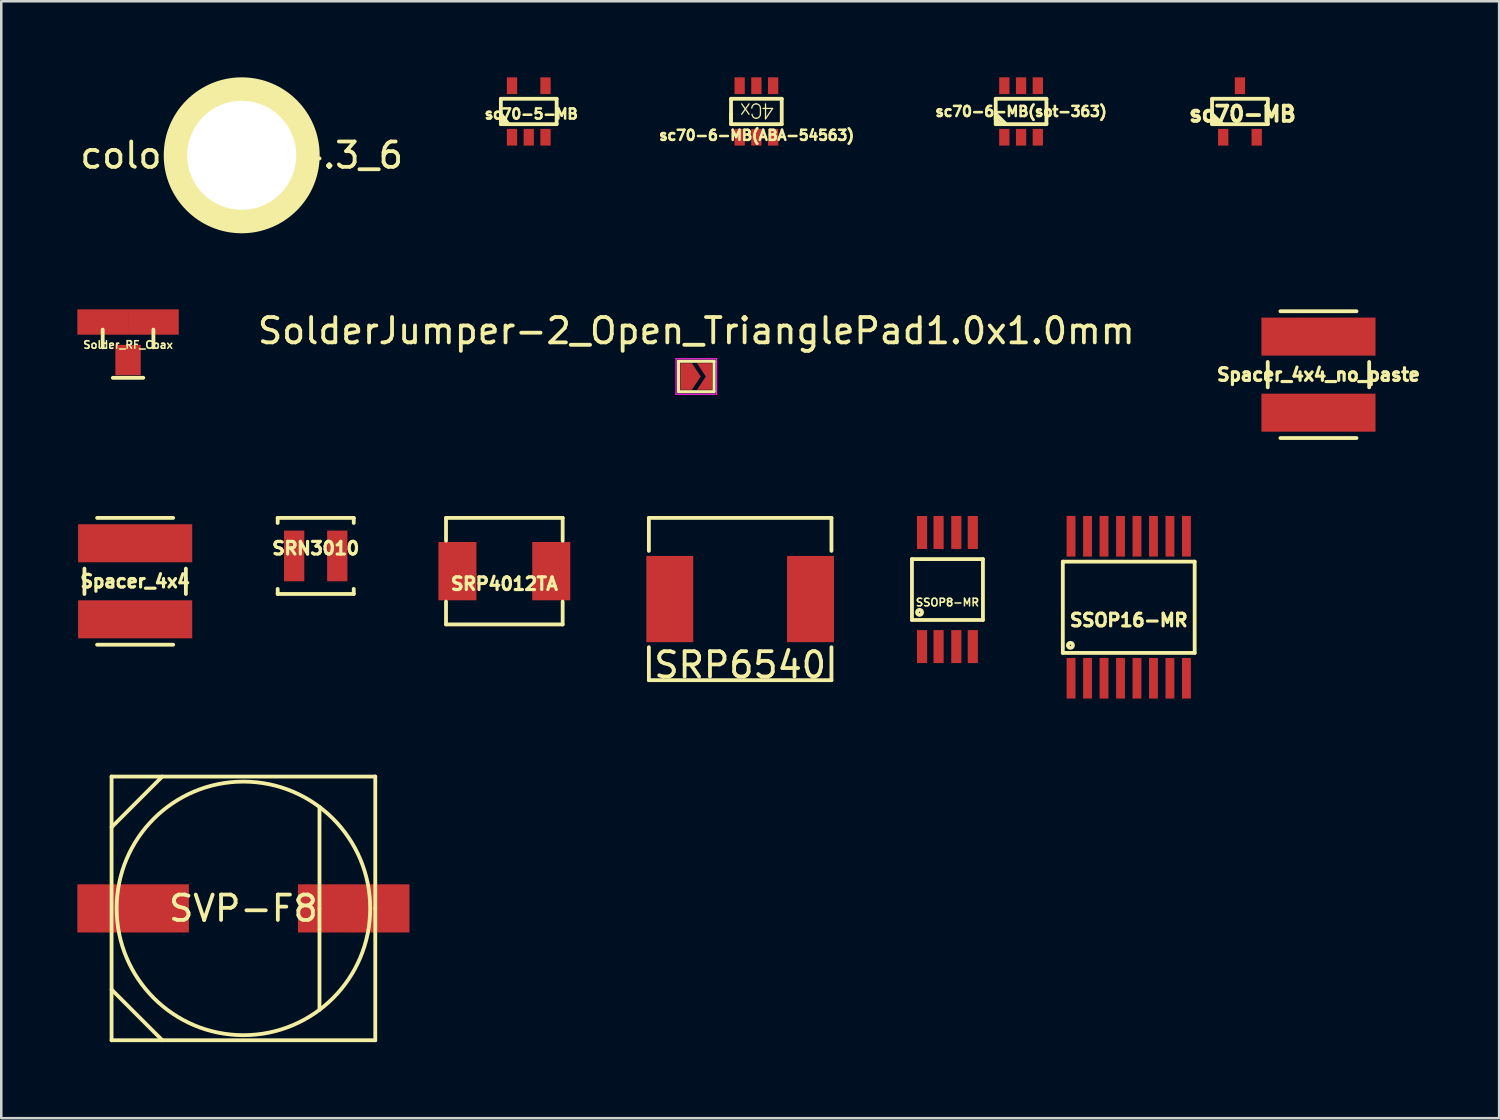
<source format=kicad_pcb>
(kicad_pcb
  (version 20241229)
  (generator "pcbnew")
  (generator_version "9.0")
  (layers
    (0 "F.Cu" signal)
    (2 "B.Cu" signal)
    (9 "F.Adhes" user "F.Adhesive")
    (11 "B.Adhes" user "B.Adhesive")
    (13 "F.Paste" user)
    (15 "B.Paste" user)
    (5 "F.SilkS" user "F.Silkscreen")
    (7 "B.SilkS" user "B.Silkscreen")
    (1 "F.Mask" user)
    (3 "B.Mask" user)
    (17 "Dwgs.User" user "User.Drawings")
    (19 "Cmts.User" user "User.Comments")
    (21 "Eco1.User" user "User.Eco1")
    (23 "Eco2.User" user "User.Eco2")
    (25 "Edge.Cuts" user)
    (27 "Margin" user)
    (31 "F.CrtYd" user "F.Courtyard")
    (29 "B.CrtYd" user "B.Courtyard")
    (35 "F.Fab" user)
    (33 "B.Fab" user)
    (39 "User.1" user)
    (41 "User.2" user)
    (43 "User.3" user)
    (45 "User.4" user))
  (footprint "sc70-5-MB"
    (layer "F.Cu")
    (at 17.803 1.346)
    (property "Reference" "sc70-5-MB" (at 0.1 0.1 0) (layer "F.SilkS") (effects (font (size 0.4 0.4) (thickness 0.1))))
    (attr smd)
    (fp_line (start -1.1 -0.5) (end 1.1 -0.5) (stroke (width 0.15) (type solid)) (layer "F.SilkS"))
    (fp_line (start -1.1 0.1) (end -0.8 0.5) (stroke (width 0.15) (type solid)) (layer "F.SilkS"))
    (fp_line (start -1.1 0.25) (end -0.92 0.5) (stroke (width 0.15) (type solid)) (layer "F.SilkS"))
    (fp_line (start -1.1 0.5) (end -1.1 -0.5) (stroke (width 0.15) (type solid)) (layer "F.SilkS"))
    (fp_line (start 1.1 -0.5) (end 1.1 0.5) (stroke (width 0.15) (type solid)) (layer "F.SilkS"))
    (fp_line (start 1.1 0.5) (end -1.1 0.5) (stroke (width 0.15) (type solid)) (layer "F.SilkS"))
    (pad "1" smd rect (at -0.66 1.016) (size 0.406 0.66) (layers "F.Cu" "F.Mask" "F.Paste"))
    (pad "2" smd rect (at 0 1.016) (size 0.406 0.66) (layers "F.Cu" "F.Mask" "F.Paste"))
    (pad "3" smd rect (at 0.66 1.016) (size 0.406 0.66) (layers "F.Cu" "F.Mask" "F.Paste"))
    (pad "4" smd rect (at 0.66 -1.016) (size 0.406 0.66) (layers "F.Cu" "F.Mask" "F.Paste"))
    (pad "5" smd rect (at -0.66 -1.016) (size 0.406 0.66) (layers "F.Cu" "F.Mask" "F.Paste")))
  (footprint "sc70-6-MB(sot-363)"
    (layer "F.Cu")
    (at 37.219 1.346)
    (property "Reference" "sc70-6-MB(sot-363)" (at 0 0 0) (layer "F.SilkS") (effects (font (size 0.4 0.4) (thickness 0.1))))
    (attr smd)
    (fp_line (start -1 -0.5) (end 1 -0.5) (stroke (width 0.15) (type solid)) (layer "F.SilkS"))
    (fp_line (start -1 0.1) (end -0.6 0.5) (stroke (width 0.15) (type solid)) (layer "F.SilkS"))
    (fp_line (start -1 0.3) (end -1 0.1) (stroke (width 0.15) (type solid)) (layer "F.SilkS"))
    (fp_line (start -1 0.5) (end -1 -0.5) (stroke (width 0.15) (type solid)) (layer "F.SilkS"))
    (fp_line (start -0.8 0.5) (end -1 0.3) (stroke (width 0.15) (type solid)) (layer "F.SilkS"))
    (fp_line (start 1 -0.5) (end 1 0.5) (stroke (width 0.15) (type solid)) (layer "F.SilkS"))
    (fp_line (start 1 0.5) (end -1 0.5) (stroke (width 0.15) (type solid)) (layer "F.SilkS"))
    (pad "1" smd rect (at -0.66 1.016) (size 0.406 0.66) (layers "F.Cu" "F.Mask" "F.Paste"))
    (pad "2" smd rect (at 0 1.016) (size 0.406 0.66) (layers "F.Cu" "F.Mask" "F.Paste"))
    (pad "3" smd rect (at 0.66 1.016) (size 0.406 0.66) (layers "F.Cu" "F.Mask" "F.Paste"))
    (pad "4" smd rect (at 0.66 -1.016) (size 0.406 0.66) (layers "F.Cu" "F.Mask" "F.Paste"))
    (pad "5" smd rect (at 0 -1.016) (size 0.406 0.66) (layers "F.Cu" "F.Mask" "F.Paste"))
    (pad "6" smd rect (at -0.66 -1.016) (size 0.406 0.66) (layers "F.Cu" "F.Mask" "F.Paste")))
  (footprint "colonnette_4.3_6"
    (layer "F.Cu")
    (at 6.482 3.075)
    (property "Reference" "colonnette_4.3_6" (at 0 0 0) (layer "F.SilkS") (effects (font (size 1 1) (thickness 0.15))))
    (attr through_hole)
    (fp_circle (center 0 0) (end 0 3) (stroke (width 0.15) (type solid)) (fill no) (layer "F.SilkS"))
    (pad "1" thru_hole circle (at 0 0) (size 6 6) (drill 4.3) (layers "*.Cu" "*.Mask" "F.SilkS")))
  (footprint "SRP4012TA"
    (layer "F.Cu")
    (at 16.84 19.475)
    (property "Reference" "SRP4012TA" (at 0 0.5 0) (layer "F.SilkS") (effects (font (size 0.5 0.5) (thickness 0.125))))
    (attr through_hole)
    (fp_line (start -2.3 -2.1) (end 2.3 -2.1) (stroke (width 0.15) (type solid)) (layer "F.SilkS"))
    (fp_line (start -2.3 -1.2) (end -2.3 -2.1) (stroke (width 0.15) (type solid)) (layer "F.SilkS"))
    (fp_line (start -2.3 1.2) (end -2.3 2.1) (stroke (width 0.15) (type solid)) (layer "F.SilkS"))
    (fp_line (start -2.3 2.1) (end 2.3 2.1) (stroke (width 0.15) (type solid)) (layer "F.SilkS"))
    (fp_line (start 2.3 -2.1) (end 2.3 -1.2) (stroke (width 0.15) (type solid)) (layer "F.SilkS"))
    (fp_line (start 2.3 2.1) (end 2.3 1.2) (stroke (width 0.15) (type solid)) (layer "F.SilkS"))
    (pad "1" smd rect (at -1.85 0) (size 1.5 2.3) (layers "F.Cu" "F.Mask" "F.Paste"))
    (pad "2" smd rect (at 1.85 0) (size 1.5 2.3) (layers "F.Cu" "F.Mask" "F.Paste")))
  (footprint "Spacer_4x4"
    (layer "F.Cu")
    (at 2.28 19.875)
    (property "Reference" "Spacer_4x4" (at 0 0 0) (layer "F.SilkS") (effects (font (size 0.5 0.5) (thickness 0.125))))
    (attr through_hole)
    (fp_line (start -2 -0.5) (end -2 0.5) (stroke (width 0.15) (type solid)) (layer "F.SilkS"))
    (fp_line (start -1.5 -2.5) (end 1.5 -2.5) (stroke (width 0.15) (type solid)) (layer "F.SilkS"))
    (fp_line (start -1.5 2.5) (end 1.5 2.5) (stroke (width 0.15) (type solid)) (layer "F.SilkS"))
    (fp_line (start 2 -0.5) (end 2 0.5) (stroke (width 0.15) (type solid)) (layer "F.SilkS"))
    (pad "1" smd rect (at 0 -1.5) (size 4.5 1.5) (layers "F.Cu" "F.Mask" "F.Paste"))
    (pad "2" smd rect (at 0 1.5) (size 4.5 1.5) (layers "F.Cu" "F.Mask" "F.Paste")))
  (footprint "sc70-MB"
    (layer "F.Cu")
    (at 45.851 1.346)
    (property "Reference" "sc70-MB" (at 0.1 0.1 0) (layer "F.SilkS") (effects (font (size 0.6 0.6) (thickness 0.15))))
    (attr smd)
    (fp_line (start -1.1 -0.5) (end 1.1 -0.5) (stroke (width 0.15) (type solid)) (layer "F.SilkS"))
    (fp_line (start -1.1 0.1) (end -0.7 0.5) (stroke (width 0.15) (type solid)) (layer "F.SilkS"))
    (fp_line (start -1.1 0.2) (end -0.8 0.5) (stroke (width 0.15) (type solid)) (layer "F.SilkS"))
    (fp_line (start -1.1 0.3) (end -0.9 0.5) (stroke (width 0.15) (type solid)) (layer "F.SilkS"))
    (fp_line (start -1.1 0.4) (end -1 0.5) (stroke (width 0.15) (type solid)) (layer "F.SilkS"))
    (fp_line (start -1.1 0.5) (end -1.1 -0.5) (stroke (width 0.15) (type solid)) (layer "F.SilkS"))
    (fp_line (start -1 0.5) (end -1.1 0.3) (stroke (width 0.15) (type solid)) (layer "F.SilkS"))
    (fp_line (start -0.9 0.5) (end -1.1 0.2) (stroke (width 0.15) (type solid)) (layer "F.SilkS"))
    (fp_line (start -0.8 0.5) (end -1.1 0.1) (stroke (width 0.15) (type solid)) (layer "F.SilkS"))
    (fp_line (start 1.1 -0.5) (end 1.1 0.5) (stroke (width 0.15) (type solid)) (layer "F.SilkS"))
    (fp_line (start 1.1 0.5) (end -1.1 0.5) (stroke (width 0.15) (type solid)) (layer "F.SilkS"))
    (pad "1" smd rect (at -0.66 1.016 180) (size 0.406 0.66) (layers "F.Cu" "F.Mask" "F.Paste"))
    (pad "2" smd rect (at 0.66 1.016 180) (size 0.406 0.66) (layers "F.Cu" "F.Mask" "F.Paste"))
    (pad "3" smd rect (at 0 -1.016 180) (size 0.406 0.66) (layers "F.Cu" "F.Mask" "F.Paste")))
  (footprint "SRN3010"
    (layer "F.Cu")
    (at 9.401 18.875)
    (property "Reference" "SRN3010" (at 0 -0.3 0) (layer "F.SilkS") (effects (font (size 0.5 0.5) (thickness 0.125))))
    (attr through_hole)
    (fp_line (start -1.5 -1.5) (end -1.5 -1.3) (stroke (width 0.15) (type solid)) (layer "F.SilkS"))
    (fp_line (start -1.5 1.3) (end -1.5 1.5) (stroke (width 0.15) (type solid)) (layer "F.SilkS"))
    (fp_line (start -1.5 1.5) (end 1.5 1.5) (stroke (width 0.15) (type solid)) (layer "F.SilkS"))
    (fp_line (start 1.5 -1.5) (end -1.5 -1.5) (stroke (width 0.15) (type solid)) (layer "F.SilkS"))
    (fp_line (start 1.5 -1.3) (end 1.5 -1.5) (stroke (width 0.15) (type solid)) (layer "F.SilkS"))
    (fp_line (start 1.5 1.5) (end 1.5 1.3) (stroke (width 0.15) (type solid)) (layer "F.SilkS"))
    (pad "1" smd rect (at -0.85 0) (size 0.8 2) (layers "F.Cu" "F.Mask" "F.Paste"))
    (pad "2" smd rect (at 0.85 0) (size 0.8 2) (layers "F.Cu" "F.Mask" "F.Paste")))
  (footprint "Spacer_4x4_no_paste"
    (layer "F.Cu")
    (at 48.947 11.725)
    (property "Reference" "Spacer_4x4_no_paste" (at 0 0 0) (layer "F.SilkS") (effects (font (size 0.5 0.5) (thickness 0.125))))
    (attr through_hole)
    (fp_line (start -2 -0.5) (end -2 0.5) (stroke (width 0.15) (type solid)) (layer "F.SilkS"))
    (fp_line (start -1.5 -2.5) (end 1.5 -2.5) (stroke (width 0.15) (type solid)) (layer "F.SilkS"))
    (fp_line (start -1.5 2.5) (end 1.5 2.5) (stroke (width 0.15) (type solid)) (layer "F.SilkS"))
    (fp_line (start 2 -0.5) (end 2 0.5) (stroke (width 0.15) (type solid)) (layer "F.SilkS"))
    (pad "1" smd rect (at 0 -1.5) (size 4.5 1.5) (layers "F.Cu" "F.Mask"))
    (pad "2" smd rect (at 0 1.5) (size 4.5 1.5) (layers "F.Cu" "F.Mask")))
  (footprint "SSOP16-MR"
    (layer "F.Cu")
    (at 41.465 20.9)
    (property "Reference" "SSOP16-MR" (at 0 0.508 0) (layer "F.SilkS") (effects (font (size 0.5 0.5) (thickness 0.125))))
    (attr smd)
    (fp_line (start -2.6 -1.8) (end -2.6 1.8) (stroke (width 0.15) (type solid)) (layer "F.SilkS"))
    (fp_line (start -2.6 1.8) (end 2.6 1.8) (stroke (width 0.15) (type solid)) (layer "F.SilkS"))
    (fp_line (start 2.6 -1.8) (end -2.6 -1.8) (stroke (width 0.15) (type solid)) (layer "F.SilkS"))
    (fp_line (start 2.6 1.8) (end 2.6 -1.8) (stroke (width 0.15) (type solid)) (layer "F.SilkS"))
    (fp_circle (center -2.3 1.5) (end -2.2 1.5) (stroke (width 0.15) (type solid)) (fill no) (layer "F.SilkS"))
    (pad "1" smd rect (at -2.275 2.8) (size 0.35 1.6) (layers "F.Cu" "F.Mask" "F.Paste"))
    (pad "2" smd rect (at -1.625 2.8) (size 0.35 1.6) (layers "F.Cu" "F.Mask" "F.Paste"))
    (pad "3" smd rect (at -0.975 2.8) (size 0.35 1.6) (layers "F.Cu" "F.Mask" "F.Paste"))
    (pad "4" smd rect (at -0.325 2.8) (size 0.35 1.6) (layers "F.Cu" "F.Mask" "F.Paste"))
    (pad "5" smd rect (at 0.325 2.8) (size 0.35 1.6) (layers "F.Cu" "F.Mask" "F.Paste"))
    (pad "6" smd rect (at 0.975 2.8) (size 0.35 1.6) (layers "F.Cu" "F.Mask" "F.Paste"))
    (pad "7" smd rect (at 1.625 2.8) (size 0.35 1.6) (layers "F.Cu" "F.Mask" "F.Paste"))
    (pad "8" smd rect (at 2.275 2.8) (size 0.35 1.6) (layers "F.Cu" "F.Mask" "F.Paste"))
    (pad "9" smd rect (at 2.275 -2.8) (size 0.35 1.6) (layers "F.Cu" "F.Mask" "F.Paste"))
    (pad "10" smd rect (at 1.625 -2.8) (size 0.35 1.6) (layers "F.Cu" "F.Mask" "F.Paste"))
    (pad "11" smd rect (at 0.975 -2.8) (size 0.35 1.6) (layers "F.Cu" "F.Mask" "F.Paste"))
    (pad "12" smd rect (at 0.325 -2.8) (size 0.35 1.6) (layers "F.Cu" "F.Mask" "F.Paste"))
    (pad "13" smd rect (at -0.325 -2.8) (size 0.35 1.6) (layers "F.Cu" "F.Mask" "F.Paste"))
    (pad "14" smd rect (at -0.975 -2.8) (size 0.35 1.6) (layers "F.Cu" "F.Mask" "F.Paste"))
    (pad "15" smd rect (at -1.625 -2.8) (size 0.35 1.6) (layers "F.Cu" "F.Mask" "F.Paste"))
    (pad "16" smd rect (at -2.275 -2.8) (size 0.35 1.6) (layers "F.Cu" "F.Mask" "F.Paste")))
  (footprint "SRP6540"
    (layer "F.Cu")
    (at 26.14 20.575)
    (property "Reference" "SRP6540" (at 0 2.6 0) (layer "F.SilkS") (effects (font (size 1 1) (thickness 0.15))))
    (attr through_hole)
    (fp_line (start -3.6 -3.2) (end 3.6 -3.2) (stroke (width 0.15) (type solid)) (layer "F.SilkS"))
    (fp_line (start -3.6 -1.9) (end -3.6 -3.2) (stroke (width 0.15) (type solid)) (layer "F.SilkS"))
    (fp_line (start -3.6 3.2) (end -3.6 1.9) (stroke (width 0.15) (type solid)) (layer "F.SilkS"))
    (fp_line (start 3.6 -3.2) (end 3.6 -1.9) (stroke (width 0.15) (type solid)) (layer "F.SilkS"))
    (fp_line (start 3.6 1.9) (end 3.6 3.2) (stroke (width 0.15) (type solid)) (layer "F.SilkS"))
    (fp_line (start 3.6 3.2) (end -3.6 3.2) (stroke (width 0.15) (type solid)) (layer "F.SilkS"))
    (pad "1" smd rect (at -2.775 0) (size 1.85 3.4) (layers "F.Cu" "F.Mask" "F.Paste"))
    (pad "2" smd rect (at 2.775 0) (size 1.85 3.4) (layers "F.Cu" "F.Mask" "F.Paste")))
  (footprint "Solder_RF_Coax"
    (layer "F.Cu")
    (at 2 10.15)
    (property "Reference" "Solder_RF_Coax" (at 0 0.4 0) (layer "F.SilkS") (effects (font (size 0.3 0.3) (thickness 0.06))))
    (attr smd)
    (fp_line (start -1 0.5) (end -1 -0.2) (stroke (width 0.15) (type solid)) (layer "F.SilkS"))
    (fp_line (start -0.6 1.7) (end 0.6 1.7) (stroke (width 0.15) (type solid)) (layer "F.SilkS"))
    (fp_line (start 1 0.5) (end 1 -0.2) (stroke (width 0.15) (type solid)) (layer "F.SilkS"))
    (pad "1" smd rect (at 0 1) (size 1 1.2) (layers "F.Cu" "F.Mask"))
    (pad "2" smd rect (at 1 -0.5) (size 2 1) (layers "F.Cu" "F.Mask"))
    (pad "3" smd rect (at -1 -0.5) (size 2 1) (layers "F.Cu" "F.Mask")))
  (footprint "sc70-6-MB(ABA-54563)"
    (layer "F.Cu")
    (at 26.78 1.346)
    (property "Reference" "sc70-6-MB(ABA-54563)" (at 0.01 0.94 0) (layer "F.SilkS") (effects (font (size 0.4 0.4) (thickness 0.1))))
    (attr smd)
    (fp_line (start -1 -0.5) (end 1 -0.5) (stroke (width 0.15) (type solid)) (layer "F.SilkS"))
    (fp_line (start -1 0.3) (end -1 0.1) (stroke (width 0.15) (type solid)) (layer "F.SilkS"))
    (fp_line (start -1 0.5) (end -1 -0.5) (stroke (width 0.15) (type solid)) (layer "F.SilkS"))
    (fp_line (start -0.29 -0.3) (end -0.58 0.11) (stroke (width 0.05) (type solid)) (layer "F.SilkS"))
    (fp_line (start -0.29 0.11) (end -0.58 -0.3) (stroke (width 0.05) (type solid)) (layer "F.SilkS"))
    (fp_line (start 0.16 -0.13) (end 0.16 0.1) (stroke (width 0.05) (type solid)) (layer "F.SilkS"))
    (fp_line (start 0.36 -0.3) (end 0.36 0.29) (stroke (width 0.05) (type solid)) (layer "F.SilkS"))
    (fp_line (start 0.36 0.29) (end 0.64 -0.12) (stroke (width 0.05) (type solid)) (layer "F.SilkS"))
    (fp_line (start 0.64 -0.12) (end 0.26 -0.12) (stroke (width 0.05) (type solid)) (layer "F.SilkS"))
    (fp_line (start 1 -0.5) (end 1 0.5) (stroke (width 0.15) (type solid)) (layer "F.SilkS"))
    (fp_line (start 1 0.5) (end -1 0.5) (stroke (width 0.15) (type solid)) (layer "F.SilkS"))
    (fp_arc (start -0.18 -0.13) (mid -0.130208 -0.250208) (end -0.01 -0.3) (stroke (width 0.05) (type solid)) (layer "F.SilkS"))
    (fp_arc (start -0.01 -0.3) (mid 0.110208 -0.250208) (end 0.16 -0.13) (stroke (width 0.05) (type solid)) (layer "F.SilkS"))
    (fp_arc (start -0.01 0.27) (mid -0.123137 0.223137) (end -0.17 0.11) (stroke (width 0.05) (type solid)) (layer "F.SilkS"))
    (fp_arc (start 0.16 0.1) (mid 0.110208 0.220208) (end -0.01 0.27) (stroke (width 0.05) (type solid)) (layer "F.SilkS"))
    (pad "1" smd rect (at -0.66 1.016) (size 0.406 0.66) (layers "F.Cu" "F.Mask" "F.Paste"))
    (pad "2" smd rect (at 0 1.016) (size 0.406 0.66) (layers "F.Cu" "F.Mask" "F.Paste"))
    (pad "3" smd rect (at 0.66 1.016) (size 0.406 0.66) (layers "F.Cu" "F.Mask" "F.Paste"))
    (pad "4" smd rect (at 0.66 -1.016) (size 0.406 0.66) (layers "F.Cu" "F.Mask" "F.Paste"))
    (pad "5" smd rect (at 0 -1.016) (size 0.406 0.66) (layers "F.Cu" "F.Mask" "F.Paste"))
    (pad "6" smd rect (at -0.66 -1.016) (size 0.406 0.66) (layers "F.Cu" "F.Mask" "F.Paste")))
  (footprint "SVP-F8"
    (layer "F.Cu")
    (at 6.55 32.775)
    (property "Reference" "SVP-F8" (at 0 0 0) (layer "F.SilkS") (effects (font (size 1 1) (thickness 0.15))))
    (attr through_hole)
    (fp_line (start -5.2 -5.2) (end -5.2 5.2) (stroke (width 0.15) (type solid)) (layer "F.SilkS"))
    (fp_line (start -5.2 -3.2) (end -3.2 -5.2) (stroke (width 0.15) (type solid)) (layer "F.SilkS"))
    (fp_line (start -5.2 3.2) (end -3.2 5.2) (stroke (width 0.15) (type solid)) (layer "F.SilkS"))
    (fp_line (start -5.2 5.2) (end 5.2 5.2) (stroke (width 0.15) (type solid)) (layer "F.SilkS"))
    (fp_line (start 3 0) (end 3 -4) (stroke (width 0.15) (type solid)) (layer "F.SilkS"))
    (fp_line (start 3 0) (end 3 4) (stroke (width 0.15) (type solid)) (layer "F.SilkS"))
    (fp_line (start 5.2 -5.2) (end -5.2 -5.2) (stroke (width 0.15) (type solid)) (layer "F.SilkS"))
    (fp_line (start 5.2 0) (end 5.2 -5.2) (stroke (width 0.15) (type solid)) (layer "F.SilkS"))
    (fp_line (start 5.2 5.2) (end 5.2 0) (stroke (width 0.15) (type solid)) (layer "F.SilkS"))
    (fp_circle (center 0 0) (end 0 5) (stroke (width 0.15) (type solid)) (fill no) (layer "F.SilkS"))
    (pad "1" smd rect (at -4.35 0) (size 4.4 1.9) (layers "F.Cu" "F.Mask" "F.Paste"))
    (pad "2" smd rect (at 4.35 0) (size 4.4 1.9) (layers "F.Cu" "F.Mask" "F.Paste")))
  (footprint "SSOP8-MR"
    (layer "F.Cu")
    (at 34.315 20.2)
    (property "Reference" "SSOP8-MR" (at 0 0.508 0) (layer "F.SilkS") (effects (font (size 0.3 0.3) (thickness 0.06))))
    (attr smd)
    (fp_line (start -1.4 -1.2) (end 1.4 -1.2) (stroke (width 0.15) (type solid)) (layer "F.SilkS"))
    (fp_line (start -1.4 1.2) (end -1.4 -1.2) (stroke (width 0.15) (type solid)) (layer "F.SilkS"))
    (fp_line (start 1.4 -1.2) (end 1.4 1.2) (stroke (width 0.15) (type solid)) (layer "F.SilkS"))
    (fp_line (start 1.4 1.2) (end -1.4 1.2) (stroke (width 0.15) (type solid)) (layer "F.SilkS"))
    (fp_circle (center -1.1 0.9) (end -1 0.9) (stroke (width 0.15) (type solid)) (fill no) (layer "F.SilkS"))
    (pad "1" smd rect (at -1 2.25) (size 0.4 1.3) (layers "F.Cu" "F.Mask" "F.Paste"))
    (pad "2" smd rect (at -0.35 2.25) (size 0.4 1.3) (layers "F.Cu" "F.Mask" "F.Paste"))
    (pad "3" smd rect (at 0.35 2.25) (size 0.4 1.3) (layers "F.Cu" "F.Mask" "F.Paste"))
    (pad "4" smd rect (at 1 2.25) (size 0.4 1.3) (layers "F.Cu" "F.Mask" "F.Paste"))
    (pad "5" smd rect (at 1 -2.25) (size 0.4 1.3) (layers "F.Cu" "F.Mask" "F.Paste"))
    (pad "6" smd rect (at 0.35 -2.25) (size 0.4 1.3) (layers "F.Cu" "F.Mask" "F.Paste"))
    (pad "7" smd rect (at -0.35 -2.25) (size 0.4 1.3) (layers "F.Cu" "F.Mask" "F.Paste"))
    (pad "8" smd rect (at -1 -2.25) (size 0.4 1.3) (layers "F.Cu" "F.Mask" "F.Paste")))
  (footprint "SolderJumper-2_Open_TrianglePad1.0x1.0mm"
    (layer "F.Cu")
    (at 24.411 11.798)
    (property "Reference" "SolderJumper-2_Open_TrianglePad1.0x1.0mm" (at 0 -1.8 0) (layer "F.SilkS") (effects (font (size 1 1) (thickness 0.15))))
    (attr exclude_from_pos_files exclude_from_bom)
    (fp_line (start -0.7 -0.6) (end 0.7 -0.6) (stroke (width 0.12) (type solid)) (layer "F.SilkS"))
    (fp_line (start -0.7 0.6) (end -0.7 -0.6) (stroke (width 0.12) (type solid)) (layer "F.SilkS"))
    (fp_line (start 0.7 -0.6) (end 0.7 0.6) (stroke (width 0.12) (type solid)) (layer "F.SilkS"))
    (fp_line (start 0.7 0.6) (end -0.7 0.6) (stroke (width 0.12) (type solid)) (layer "F.SilkS"))
    (fp_line (start -0.8 -0.7) (end -0.8 0.7) (stroke (width 0.05) (type solid)) (layer "F.CrtYd"))
    (fp_line (start -0.8 -0.7) (end 0.8 -0.7) (stroke (width 0.05) (type solid)) (layer "F.CrtYd"))
    (fp_line (start 0.8 0.7) (end -0.8 0.7) (stroke (width 0.05) (type solid)) (layer "F.CrtYd"))
    (fp_line (start 0.8 0.7) (end 0.8 -0.7) (stroke (width 0.05) (type solid)) (layer "F.CrtYd"))
    (pad "1" smd custom (at -0.325 0) (size 0.3 0.3) (layers "F.Cu" "F.Mask") (options (anchor rect)) (primitives (gr_poly (pts (xy -0.3 -0.525) (xy 0.15 -0.525) (xy 0.5 0) (xy 0.15 0.525) (xy -0.3 0.525)) (width 0) (fill yes))))
    (pad "2" smd custom (at 0.525 0) (size 0.2 0.2) (layers "F.Cu" "F.Mask") (options (anchor rect)) (primitives (gr_poly (pts (xy -0.5 -0.525) (xy 0.1 -0.525) (xy 0.1 0.525) (xy -0.5 0.525) (xy -0.15 0)) (width 0) (fill yes)))))
  (gr_rect
    (start -3 -3)
    (end 56.073 41.05)
    (stroke (width 0.1) (type default))
    (fill no)
    (layer "Edge.Cuts")))
</source>
